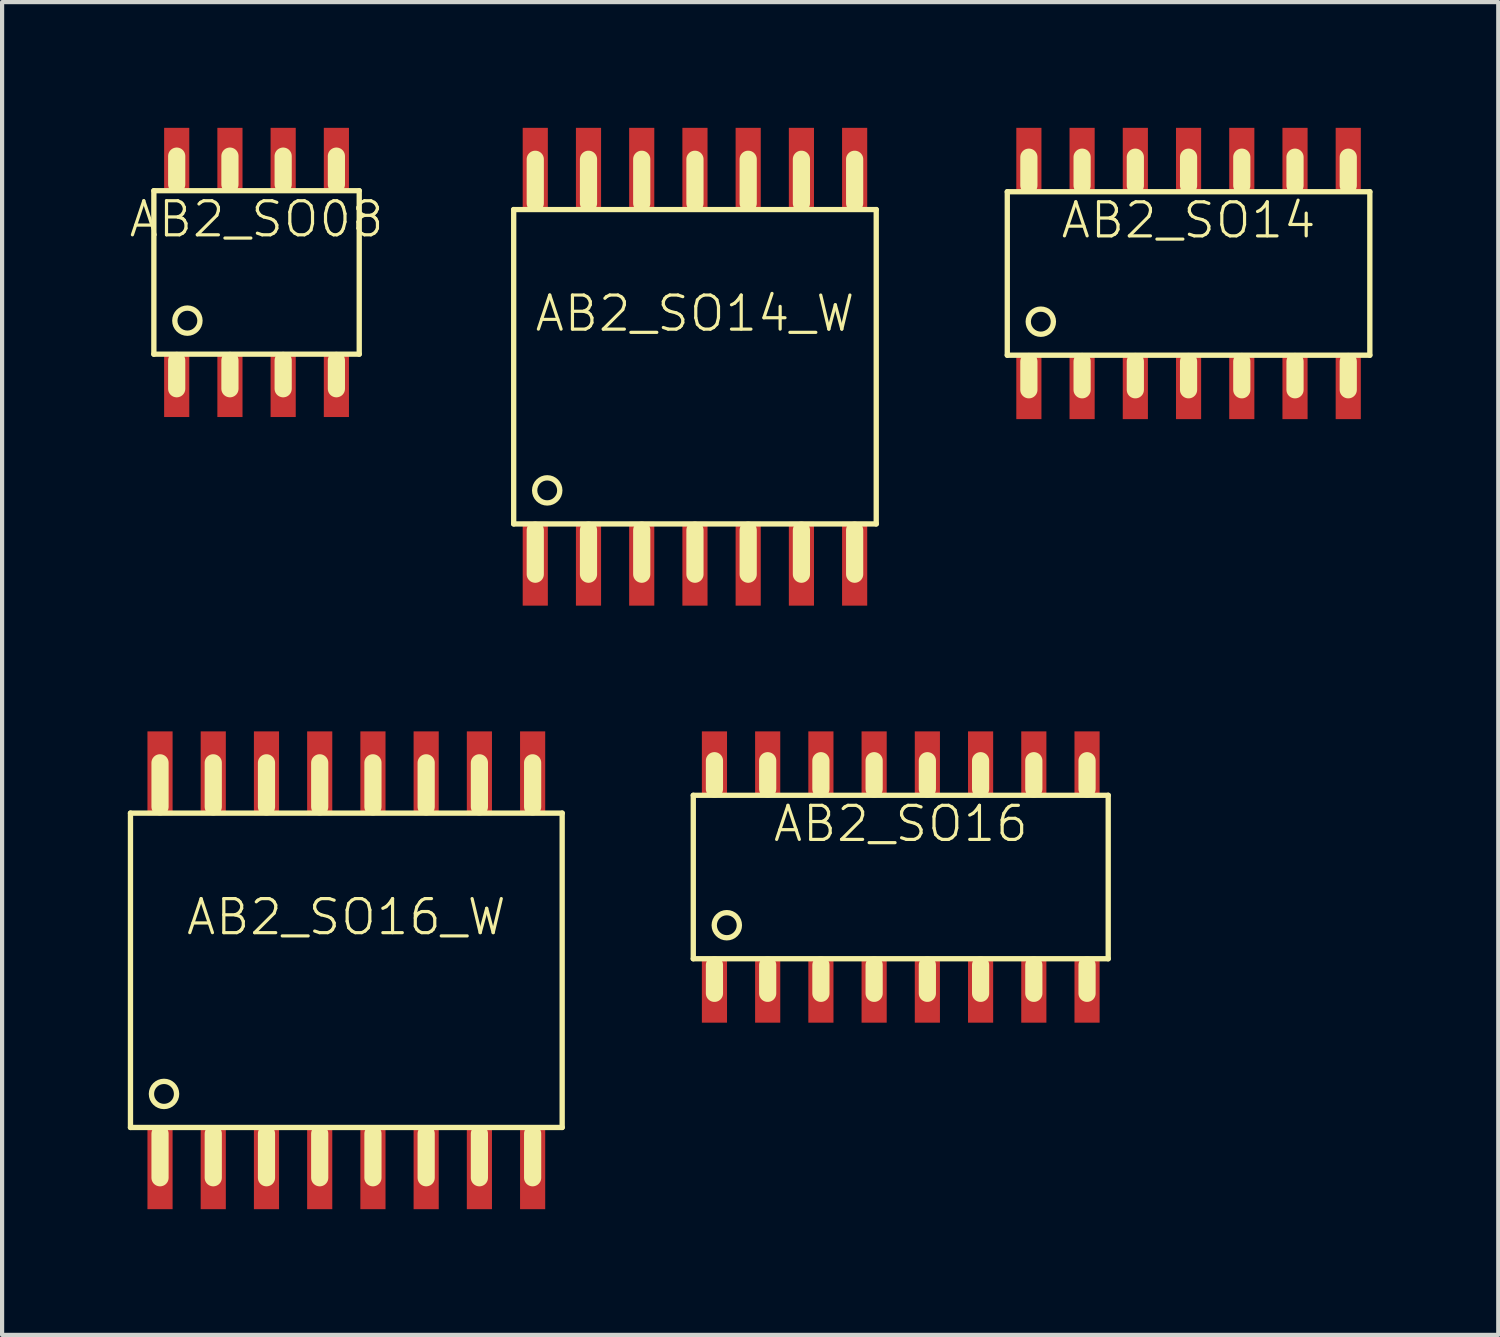
<source format=kicad_pcb>
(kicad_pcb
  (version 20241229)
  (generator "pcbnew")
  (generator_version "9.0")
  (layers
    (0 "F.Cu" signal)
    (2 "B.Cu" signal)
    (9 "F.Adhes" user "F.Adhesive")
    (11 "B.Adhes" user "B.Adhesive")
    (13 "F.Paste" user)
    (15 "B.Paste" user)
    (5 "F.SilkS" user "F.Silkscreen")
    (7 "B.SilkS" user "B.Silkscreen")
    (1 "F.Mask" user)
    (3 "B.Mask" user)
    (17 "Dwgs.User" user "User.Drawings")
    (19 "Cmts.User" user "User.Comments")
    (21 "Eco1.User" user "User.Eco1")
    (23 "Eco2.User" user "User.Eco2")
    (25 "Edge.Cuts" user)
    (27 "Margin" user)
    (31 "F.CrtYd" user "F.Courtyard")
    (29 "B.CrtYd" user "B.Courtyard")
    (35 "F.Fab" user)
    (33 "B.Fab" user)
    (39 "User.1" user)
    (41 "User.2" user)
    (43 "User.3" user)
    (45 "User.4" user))
  (footprint "AB2_SO08"
    (layer "F.Cu")
    (at 3.071 3.45)
    (property "Reference" "AB2_SO08" (at 0 -1.27 0) (layer "F.SilkS") (effects (font (size 0.813 0.813) (thickness 0.076))))
    (attr through_hole)
    (fp_line (start -2.45 -1.95) (end 2.45 -1.95) (stroke (width 0.127) (type solid)) (layer "F.SilkS"))
    (fp_line (start -2.45 1.95) (end -2.45 -1.95) (stroke (width 0.127) (type solid)) (layer "F.SilkS"))
    (fp_line (start -1.905 -2.775) (end -1.905 -2.1) (stroke (width 0.41) (type solid)) (layer "F.SilkS"))
    (fp_line (start -1.905 2.1) (end -1.905 2.775) (stroke (width 0.41) (type solid)) (layer "F.SilkS"))
    (fp_line (start -0.635 -2.775) (end -0.635 -2.1) (stroke (width 0.41) (type solid)) (layer "F.SilkS"))
    (fp_line (start -0.635 2.1) (end -0.635 2.775) (stroke (width 0.41) (type solid)) (layer "F.SilkS"))
    (fp_line (start 0.635 -2.775) (end 0.635 -2.1) (stroke (width 0.41) (type solid)) (layer "F.SilkS"))
    (fp_line (start 0.635 2.1) (end 0.635 2.775) (stroke (width 0.41) (type solid)) (layer "F.SilkS"))
    (fp_line (start 1.905 -2.775) (end 1.905 -2.1) (stroke (width 0.41) (type solid)) (layer "F.SilkS"))
    (fp_line (start 1.905 2.1) (end 1.905 2.775) (stroke (width 0.41) (type solid)) (layer "F.SilkS"))
    (fp_line (start 2.45 -1.95) (end 2.45 1.95) (stroke (width 0.127) (type solid)) (layer "F.SilkS"))
    (fp_line (start 2.45 1.95) (end -2.45 1.95) (stroke (width 0.127) (type solid)) (layer "F.SilkS"))
    (fp_circle (center -1.65 1.15) (end -1.65 0.85) (stroke (width 0.127) (type solid)) (fill no) (layer "F.SilkS"))
    (pad "1" smd rect (at -1.905 2.7) (size 0.6 1.5) (layers "F.Cu" "F.Mask" "F.Paste"))
    (pad "2" smd rect (at -0.635 2.7) (size 0.6 1.5) (layers "F.Cu" "F.Mask" "F.Paste"))
    (pad "3" smd rect (at 0.635 2.7) (size 0.6 1.5) (layers "F.Cu" "F.Mask" "F.Paste"))
    (pad "4" smd rect (at 1.905 2.7) (size 0.6 1.5) (layers "F.Cu" "F.Mask" "F.Paste"))
    (pad "5" smd rect (at 1.905 -2.7) (size 0.6 1.5) (layers "F.Cu" "F.Mask" "F.Paste"))
    (pad "6" smd rect (at 0.635 -2.7) (size 0.6 1.5) (layers "F.Cu" "F.Mask" "F.Paste"))
    (pad "7" smd rect (at -0.635 -2.7) (size 0.6 1.5) (layers "F.Cu" "F.Mask" "F.Paste"))
    (pad "8" smd rect (at -1.905 -2.7) (size 0.6 1.5) (layers "F.Cu" "F.Mask" "F.Paste")))
  (footprint "AB2_SO16_W"
    (layer "F.Cu")
    (at 5.213 20.1)
    (property "Reference" "AB2_SO16_W" (at 0 -1.27 0) (layer "F.SilkS") (effects (font (size 0.813 0.813) (thickness 0.076))))
    (attr through_hole)
    (fp_line (start -5.15 -3.75) (end 5.15 -3.75) (stroke (width 0.127) (type solid)) (layer "F.SilkS"))
    (fp_line (start -5.15 3.75) (end -5.15 -3.75) (stroke (width 0.127) (type solid)) (layer "F.SilkS"))
    (fp_line (start -4.445 -4.95) (end -4.445 -3.9) (stroke (width 0.41) (type solid)) (layer "F.SilkS"))
    (fp_line (start -4.445 3.9) (end -4.445 4.95) (stroke (width 0.41) (type solid)) (layer "F.SilkS"))
    (fp_line (start -3.175 -4.95) (end -3.175 -3.9) (stroke (width 0.41) (type solid)) (layer "F.SilkS"))
    (fp_line (start -3.175 3.9) (end -3.175 4.95) (stroke (width 0.41) (type solid)) (layer "F.SilkS"))
    (fp_line (start -1.905 -4.95) (end -1.905 -3.9) (stroke (width 0.41) (type solid)) (layer "F.SilkS"))
    (fp_line (start -1.905 3.9) (end -1.905 4.95) (stroke (width 0.41) (type solid)) (layer "F.SilkS"))
    (fp_line (start -0.635 -4.95) (end -0.635 -3.9) (stroke (width 0.41) (type solid)) (layer "F.SilkS"))
    (fp_line (start -0.635 3.9) (end -0.635 4.95) (stroke (width 0.41) (type solid)) (layer "F.SilkS"))
    (fp_line (start 0.635 -4.95) (end 0.635 -3.9) (stroke (width 0.41) (type solid)) (layer "F.SilkS"))
    (fp_line (start 0.635 3.9) (end 0.635 4.95) (stroke (width 0.41) (type solid)) (layer "F.SilkS"))
    (fp_line (start 1.905 -4.95) (end 1.905 -3.9) (stroke (width 0.41) (type solid)) (layer "F.SilkS"))
    (fp_line (start 1.905 3.9) (end 1.905 4.95) (stroke (width 0.41) (type solid)) (layer "F.SilkS"))
    (fp_line (start 3.175 -4.95) (end 3.175 -3.9) (stroke (width 0.41) (type solid)) (layer "F.SilkS"))
    (fp_line (start 3.175 3.9) (end 3.175 4.95) (stroke (width 0.41) (type solid)) (layer "F.SilkS"))
    (fp_line (start 4.445 -4.95) (end 4.445 -3.9) (stroke (width 0.41) (type solid)) (layer "F.SilkS"))
    (fp_line (start 4.445 3.9) (end 4.445 4.95) (stroke (width 0.41) (type solid)) (layer "F.SilkS"))
    (fp_line (start 5.15 -3.75) (end 5.15 3.75) (stroke (width 0.127) (type solid)) (layer "F.SilkS"))
    (fp_line (start 5.15 3.75) (end -5.15 3.75) (stroke (width 0.127) (type solid)) (layer "F.SilkS"))
    (fp_circle (center -4.35 2.95) (end -4.35 2.65) (stroke (width 0.127) (type solid)) (fill no) (layer "F.SilkS"))
    (pad "1" smd rect (at -4.445 4.7) (size 0.6 2) (layers "F.Cu" "F.Mask" "F.Paste"))
    (pad "2" smd rect (at -3.175 4.7) (size 0.6 2) (layers "F.Cu" "F.Mask" "F.Paste"))
    (pad "3" smd rect (at -1.905 4.7) (size 0.6 2) (layers "F.Cu" "F.Mask" "F.Paste"))
    (pad "4" smd rect (at -0.635 4.7) (size 0.6 2) (layers "F.Cu" "F.Mask" "F.Paste"))
    (pad "5" smd rect (at 0.635 4.7) (size 0.6 2) (layers "F.Cu" "F.Mask" "F.Paste"))
    (pad "6" smd rect (at 1.905 4.7) (size 0.6 2) (layers "F.Cu" "F.Mask" "F.Paste"))
    (pad "7" smd rect (at 3.175 4.7) (size 0.6 2) (layers "F.Cu" "F.Mask" "F.Paste"))
    (pad "8" smd rect (at 4.445 4.7) (size 0.6 2) (layers "F.Cu" "F.Mask" "F.Paste"))
    (pad "9" smd rect (at 4.445 -4.7) (size 0.6 2) (layers "F.Cu" "F.Mask" "F.Paste"))
    (pad "10" smd rect (at 3.175 -4.7) (size 0.6 2) (layers "F.Cu" "F.Mask" "F.Paste"))
    (pad "11" smd rect (at 1.905 -4.7) (size 0.6 2) (layers "F.Cu" "F.Mask" "F.Paste"))
    (pad "12" smd rect (at 0.635 -4.7) (size 0.6 2) (layers "F.Cu" "F.Mask" "F.Paste"))
    (pad "13" smd rect (at -0.635 -4.7) (size 0.6 2) (layers "F.Cu" "F.Mask" "F.Paste"))
    (pad "14" smd rect (at -1.905 -4.7) (size 0.6 2) (layers "F.Cu" "F.Mask" "F.Paste"))
    (pad "15" smd rect (at -3.175 -4.7) (size 0.6 2) (layers "F.Cu" "F.Mask" "F.Paste"))
    (pad "16" smd rect (at -4.445 -4.7) (size 0.6 2) (layers "F.Cu" "F.Mask" "F.Paste")))
  (footprint "AB2_SO14"
    (layer "F.Cu")
    (at 25.308 3.475)
    (property "Reference" "AB2_SO14" (at 0 -1.27 0) (layer "F.SilkS") (effects (font (size 0.813 0.813) (thickness 0.076))))
    (attr through_hole)
    (fp_line (start -4.325 -1.95) (end 4.325 -1.95) (stroke (width 0.127) (type solid)) (layer "F.SilkS"))
    (fp_line (start -4.325 1.95) (end -4.325 -1.95) (stroke (width 0.127) (type solid)) (layer "F.SilkS"))
    (fp_line (start -3.81 -2.775) (end -3.81 -2.1) (stroke (width 0.41) (type solid)) (layer "F.SilkS"))
    (fp_line (start -3.81 2.1) (end -3.81 2.775) (stroke (width 0.41) (type solid)) (layer "F.SilkS"))
    (fp_line (start -2.54 -2.775) (end -2.54 -2.1) (stroke (width 0.41) (type solid)) (layer "F.SilkS"))
    (fp_line (start -2.54 2.1) (end -2.54 2.775) (stroke (width 0.41) (type solid)) (layer "F.SilkS"))
    (fp_line (start -1.27 -2.775) (end -1.27 -2.1) (stroke (width 0.41) (type solid)) (layer "F.SilkS"))
    (fp_line (start -1.27 2.1) (end -1.27 2.775) (stroke (width 0.41) (type solid)) (layer "F.SilkS"))
    (fp_line (start 0 -2.775) (end 0 -2.1) (stroke (width 0.41) (type solid)) (layer "F.SilkS"))
    (fp_line (start 0 2.1) (end 0 2.775) (stroke (width 0.41) (type solid)) (layer "F.SilkS"))
    (fp_line (start 1.27 -2.775) (end 1.27 -2.1) (stroke (width 0.41) (type solid)) (layer "F.SilkS"))
    (fp_line (start 1.27 2.1) (end 1.27 2.775) (stroke (width 0.41) (type solid)) (layer "F.SilkS"))
    (fp_line (start 2.54 -2.775) (end 2.54 -2.1) (stroke (width 0.41) (type solid)) (layer "F.SilkS"))
    (fp_line (start 2.54 2.1) (end 2.54 2.775) (stroke (width 0.41) (type solid)) (layer "F.SilkS"))
    (fp_line (start 3.81 -2.775) (end 3.81 -2.1) (stroke (width 0.41) (type solid)) (layer "F.SilkS"))
    (fp_line (start 3.81 2.1) (end 3.81 2.775) (stroke (width 0.41) (type solid)) (layer "F.SilkS"))
    (fp_line (start 4.325 -1.95) (end 4.325 1.95) (stroke (width 0.127) (type solid)) (layer "F.SilkS"))
    (fp_line (start 4.325 1.95) (end -4.325 1.95) (stroke (width 0.127) (type solid)) (layer "F.SilkS"))
    (fp_circle (center -3.525 1.15) (end -3.525 0.85) (stroke (width 0.127) (type solid)) (fill no) (layer "F.SilkS"))
    (pad "1" smd rect (at -3.81 2.7) (size 0.6 1.55) (layers "F.Cu" "F.Mask" "F.Paste"))
    (pad "2" smd rect (at -2.54 2.7) (size 0.6 1.55) (layers "F.Cu" "F.Mask" "F.Paste"))
    (pad "3" smd rect (at -1.27 2.7) (size 0.6 1.55) (layers "F.Cu" "F.Mask" "F.Paste"))
    (pad "4" smd rect (at 0 2.7) (size 0.6 1.55) (layers "F.Cu" "F.Mask" "F.Paste"))
    (pad "5" smd rect (at 1.27 2.7) (size 0.6 1.55) (layers "F.Cu" "F.Mask" "F.Paste"))
    (pad "6" smd rect (at 2.54 2.7) (size 0.6 1.55) (layers "F.Cu" "F.Mask" "F.Paste"))
    (pad "7" smd rect (at 3.81 2.7) (size 0.6 1.55) (layers "F.Cu" "F.Mask" "F.Paste"))
    (pad "8" smd rect (at 3.81 -2.7) (size 0.6 1.55) (layers "F.Cu" "F.Mask" "F.Paste"))
    (pad "9" smd rect (at 2.54 -2.7) (size 0.6 1.55) (layers "F.Cu" "F.Mask" "F.Paste"))
    (pad "10" smd rect (at 1.27 -2.7) (size 0.6 1.55) (layers "F.Cu" "F.Mask" "F.Paste"))
    (pad "11" smd rect (at 0 -2.7) (size 0.6 1.55) (layers "F.Cu" "F.Mask" "F.Paste"))
    (pad "12" smd rect (at -1.27 -2.7) (size 0.6 1.55) (layers "F.Cu" "F.Mask" "F.Paste"))
    (pad "13" smd rect (at -2.54 -2.7) (size 0.6 1.55) (layers "F.Cu" "F.Mask" "F.Paste"))
    (pad "14" smd rect (at -3.81 -2.7) (size 0.6 1.55) (layers "F.Cu" "F.Mask" "F.Paste")))
  (footprint "AB2_SO14_W"
    (layer "F.Cu")
    (at 13.531 5.7)
    (property "Reference" "AB2_SO14_W" (at 0 -1.27 0) (layer "F.SilkS") (effects (font (size 0.813 0.813) (thickness 0.076))))
    (attr through_hole)
    (fp_line (start -4.325 -3.75) (end 4.325 -3.75) (stroke (width 0.127) (type solid)) (layer "F.SilkS"))
    (fp_line (start -4.325 3.75) (end -4.325 -3.75) (stroke (width 0.127) (type solid)) (layer "F.SilkS"))
    (fp_line (start -3.81 -4.95) (end -3.81 -3.9) (stroke (width 0.41) (type solid)) (layer "F.SilkS"))
    (fp_line (start -3.81 3.9) (end -3.81 4.95) (stroke (width 0.41) (type solid)) (layer "F.SilkS"))
    (fp_line (start -2.54 -4.95) (end -2.54 -3.9) (stroke (width 0.41) (type solid)) (layer "F.SilkS"))
    (fp_line (start -2.54 3.9) (end -2.54 4.95) (stroke (width 0.41) (type solid)) (layer "F.SilkS"))
    (fp_line (start -1.27 -4.95) (end -1.27 -3.9) (stroke (width 0.41) (type solid)) (layer "F.SilkS"))
    (fp_line (start -1.27 3.9) (end -1.27 4.95) (stroke (width 0.41) (type solid)) (layer "F.SilkS"))
    (fp_line (start 0 -4.95) (end 0 -3.9) (stroke (width 0.41) (type solid)) (layer "F.SilkS"))
    (fp_line (start 0 3.9) (end 0 4.95) (stroke (width 0.41) (type solid)) (layer "F.SilkS"))
    (fp_line (start 1.27 -4.95) (end 1.27 -3.9) (stroke (width 0.41) (type solid)) (layer "F.SilkS"))
    (fp_line (start 1.27 3.9) (end 1.27 4.95) (stroke (width 0.41) (type solid)) (layer "F.SilkS"))
    (fp_line (start 2.54 -4.95) (end 2.54 -3.9) (stroke (width 0.41) (type solid)) (layer "F.SilkS"))
    (fp_line (start 2.54 3.9) (end 2.54 4.95) (stroke (width 0.41) (type solid)) (layer "F.SilkS"))
    (fp_line (start 3.81 -4.95) (end 3.81 -3.9) (stroke (width 0.41) (type solid)) (layer "F.SilkS"))
    (fp_line (start 3.81 3.9) (end 3.81 4.95) (stroke (width 0.41) (type solid)) (layer "F.SilkS"))
    (fp_line (start 4.325 -3.75) (end 4.325 3.75) (stroke (width 0.127) (type solid)) (layer "F.SilkS"))
    (fp_line (start 4.325 3.75) (end -4.325 3.75) (stroke (width 0.127) (type solid)) (layer "F.SilkS"))
    (fp_circle (center -3.525 2.95) (end -3.525 2.65) (stroke (width 0.127) (type solid)) (fill no) (layer "F.SilkS"))
    (pad "1" smd rect (at -3.81 4.7) (size 0.6 2) (layers "F.Cu" "F.Mask" "F.Paste"))
    (pad "2" smd rect (at -2.54 4.7) (size 0.6 2) (layers "F.Cu" "F.Mask" "F.Paste"))
    (pad "3" smd rect (at -1.27 4.7) (size 0.6 2) (layers "F.Cu" "F.Mask" "F.Paste"))
    (pad "4" smd rect (at 0 4.7) (size 0.6 2) (layers "F.Cu" "F.Mask" "F.Paste"))
    (pad "5" smd rect (at 1.27 4.7) (size 0.6 2) (layers "F.Cu" "F.Mask" "F.Paste"))
    (pad "6" smd rect (at 2.54 4.7) (size 0.6 2) (layers "F.Cu" "F.Mask" "F.Paste"))
    (pad "7" smd rect (at 3.81 4.7) (size 0.6 2) (layers "F.Cu" "F.Mask" "F.Paste"))
    (pad "8" smd rect (at 3.81 -4.7) (size 0.6 2) (layers "F.Cu" "F.Mask" "F.Paste"))
    (pad "9" smd rect (at 2.54 -4.7) (size 0.6 2) (layers "F.Cu" "F.Mask" "F.Paste"))
    (pad "10" smd rect (at 1.27 -4.7) (size 0.6 2) (layers "F.Cu" "F.Mask" "F.Paste"))
    (pad "11" smd rect (at 0 -4.7) (size 0.6 2) (layers "F.Cu" "F.Mask" "F.Paste"))
    (pad "12" smd rect (at -1.27 -4.7) (size 0.6 2) (layers "F.Cu" "F.Mask" "F.Paste"))
    (pad "13" smd rect (at -2.54 -4.7) (size 0.6 2) (layers "F.Cu" "F.Mask" "F.Paste"))
    (pad "14" smd rect (at -3.81 -4.7) (size 0.6 2) (layers "F.Cu" "F.Mask" "F.Paste")))
  (footprint "AB2_SO16"
    (layer "F.Cu")
    (at 18.441 17.875)
    (property "Reference" "AB2_SO16" (at 0 -1.27 0) (layer "F.SilkS") (effects (font (size 0.813 0.813) (thickness 0.076))))
    (attr through_hole)
    (fp_line (start -4.95 -1.95) (end -4.95 1.95) (stroke (width 0.127) (type solid)) (layer "F.SilkS"))
    (fp_line (start -4.95 1.95) (end 4.95 1.95) (stroke (width 0.127) (type solid)) (layer "F.SilkS"))
    (fp_line (start -4.445 -2.775) (end -4.445 -2.1) (stroke (width 0.41) (type solid)) (layer "F.SilkS"))
    (fp_line (start -4.445 2.1) (end -4.445 2.775) (stroke (width 0.41) (type solid)) (layer "F.SilkS"))
    (fp_line (start -3.175 -2.775) (end -3.175 -2.1) (stroke (width 0.41) (type solid)) (layer "F.SilkS"))
    (fp_line (start -3.175 2.1) (end -3.175 2.775) (stroke (width 0.41) (type solid)) (layer "F.SilkS"))
    (fp_line (start -1.905 -2.775) (end -1.905 -2.1) (stroke (width 0.41) (type solid)) (layer "F.SilkS"))
    (fp_line (start -1.905 2.1) (end -1.905 2.775) (stroke (width 0.41) (type solid)) (layer "F.SilkS"))
    (fp_line (start -0.635 -2.775) (end -0.635 -2.1) (stroke (width 0.41) (type solid)) (layer "F.SilkS"))
    (fp_line (start -0.635 2.1) (end -0.635 2.775) (stroke (width 0.41) (type solid)) (layer "F.SilkS"))
    (fp_line (start 0.635 -2.775) (end 0.635 -2.1) (stroke (width 0.41) (type solid)) (layer "F.SilkS"))
    (fp_line (start 0.635 2.1) (end 0.635 2.775) (stroke (width 0.41) (type solid)) (layer "F.SilkS"))
    (fp_line (start 1.905 -2.775) (end 1.905 -2.1) (stroke (width 0.41) (type solid)) (layer "F.SilkS"))
    (fp_line (start 1.905 2.1) (end 1.905 2.775) (stroke (width 0.41) (type solid)) (layer "F.SilkS"))
    (fp_line (start 3.175 -2.775) (end 3.175 -2.1) (stroke (width 0.41) (type solid)) (layer "F.SilkS"))
    (fp_line (start 3.175 2.1) (end 3.175 2.775) (stroke (width 0.41) (type solid)) (layer "F.SilkS"))
    (fp_line (start 4.445 -2.775) (end 4.445 -2.1) (stroke (width 0.41) (type solid)) (layer "F.SilkS"))
    (fp_line (start 4.445 2.1) (end 4.445 2.775) (stroke (width 0.41) (type solid)) (layer "F.SilkS"))
    (fp_line (start 4.95 -1.95) (end -4.95 -1.95) (stroke (width 0.127) (type solid)) (layer "F.SilkS"))
    (fp_line (start 4.95 1.95) (end 4.95 -1.95) (stroke (width 0.127) (type solid)) (layer "F.SilkS"))
    (fp_circle (center -4.15 1.15) (end -4.15 0.85) (stroke (width 0.127) (type solid)) (fill no) (layer "F.SilkS"))
    (pad "1" smd rect (at -4.445 2.7) (size 0.6 1.55) (layers "F.Cu" "F.Mask" "F.Paste"))
    (pad "2" smd rect (at -3.175 2.7) (size 0.6 1.55) (layers "F.Cu" "F.Mask" "F.Paste"))
    (pad "3" smd rect (at -1.905 2.7) (size 0.6 1.55) (layers "F.Cu" "F.Mask" "F.Paste"))
    (pad "4" smd rect (at -0.635 2.7) (size 0.6 1.55) (layers "F.Cu" "F.Mask" "F.Paste"))
    (pad "5" smd rect (at 0.635 2.7) (size 0.6 1.55) (layers "F.Cu" "F.Mask" "F.Paste"))
    (pad "6" smd rect (at 1.905 2.7) (size 0.6 1.55) (layers "F.Cu" "F.Mask" "F.Paste"))
    (pad "7" smd rect (at 3.175 2.7) (size 0.6 1.55) (layers "F.Cu" "F.Mask" "F.Paste"))
    (pad "8" smd rect (at 4.445 2.7) (size 0.6 1.55) (layers "F.Cu" "F.Mask" "F.Paste"))
    (pad "9" smd rect (at 4.445 -2.7) (size 0.6 1.55) (layers "F.Cu" "F.Mask" "F.Paste"))
    (pad "10" smd rect (at 3.175 -2.7) (size 0.6 1.55) (layers "F.Cu" "F.Mask" "F.Paste"))
    (pad "11" smd rect (at 1.905 -2.7) (size 0.6 1.55) (layers "F.Cu" "F.Mask" "F.Paste"))
    (pad "12" smd rect (at 0.635 -2.7) (size 0.6 1.55) (layers "F.Cu" "F.Mask" "F.Paste"))
    (pad "13" smd rect (at -0.635 -2.7) (size 0.6 1.55) (layers "F.Cu" "F.Mask" "F.Paste"))
    (pad "14" smd rect (at -1.905 -2.7) (size 0.6 1.55) (layers "F.Cu" "F.Mask" "F.Paste"))
    (pad "15" smd rect (at -3.175 -2.7) (size 0.6 1.55) (layers "F.Cu" "F.Mask" "F.Paste"))
    (pad "16" smd rect (at -4.445 -2.7) (size 0.6 1.55) (layers "F.Cu" "F.Mask" "F.Paste")))
  (gr_rect
    (start -3 -3)
    (end 32.697 28.8)
    (stroke (width 0.1) (type default))
    (fill no)
    (layer "Edge.Cuts")))
</source>
